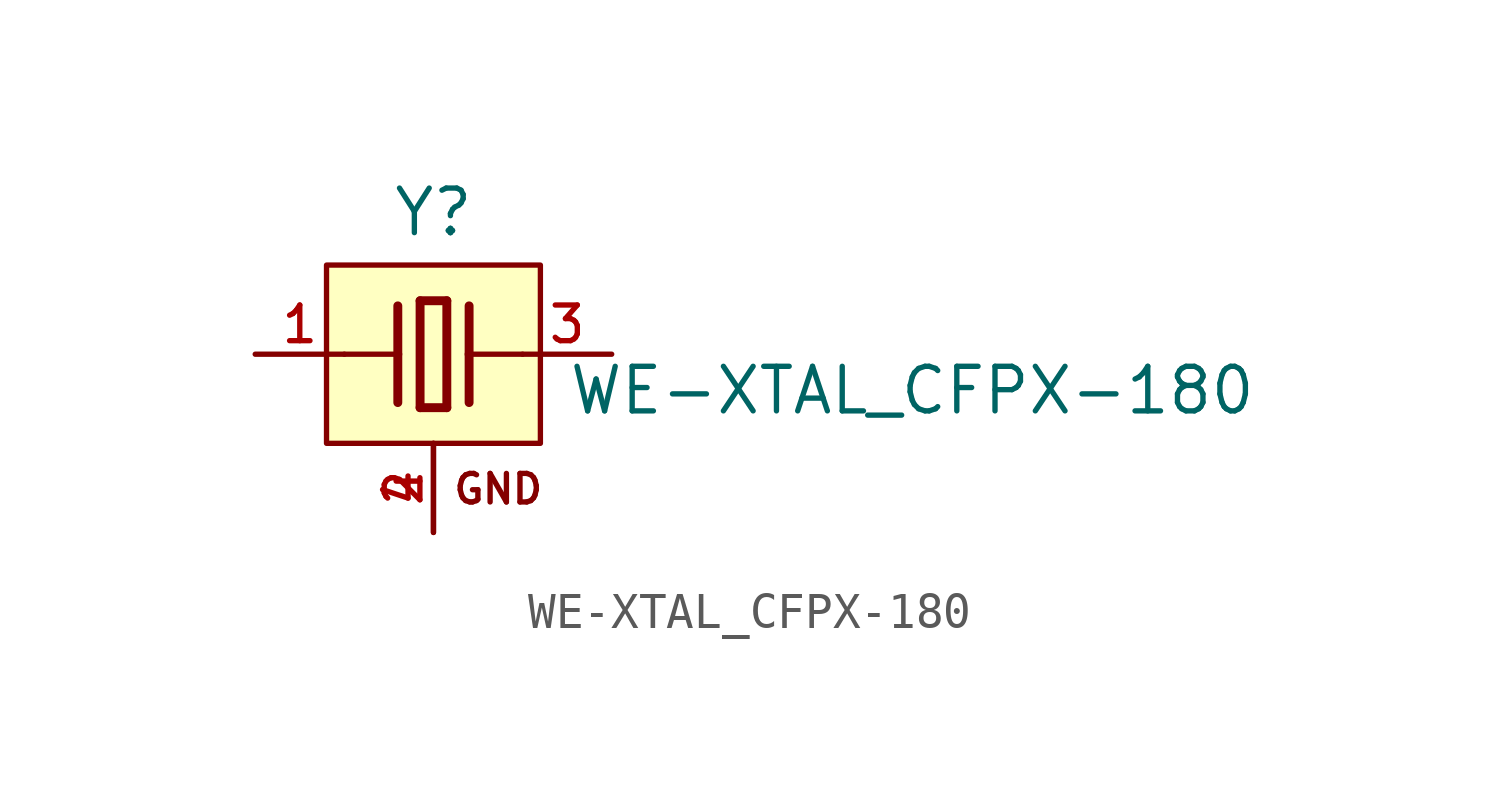
<source format=kicad_sym>
(kicad_symbol_lib
  (version 20211014)
  (generator kicad_symbol_editor)
  (symbol "WE-XTAL_CFPX-180"
    (pin_names
      (offset 1.016))
    (property "Reference" "Y"
      (at 0.0 3.302 0)
      (effects (font (size 1.27 1.27)) (justify bottom)))
    (property "Value" "WE-XTAL_CFPX-180"
      (at 3.81 -1.778 0)
      (effects (font (size 1.27 1.27)) (justify bottom left)))
    (symbol "WE-XTAL_CFPX-180_0_0"
      (polyline (pts (xy 1.016 0.0) (xy 2.54 0.0)) (stroke (width 0.152)))
      (polyline (pts (xy -2.54 0.0) (xy -1.016 0.0)) (stroke (width 0.152)))
      (polyline (pts (xy -0.381 1.524) (xy -0.381 -1.524)) (stroke (width 0.254)))
      (polyline (pts (xy -0.381 -1.524) (xy 0.381 -1.524)) (stroke (width 0.254)))
      (polyline (pts (xy 0.381 -1.524) (xy 0.381 1.524)) (stroke (width 0.254)))
      (polyline (pts (xy 0.381 1.524) (xy -0.381 1.524)) (stroke (width 0.254)))
      (polyline (pts (xy 1.016 1.378) (xy 1.016 0.0)) (stroke (width 0.254)))
      (polyline (pts (xy 1.016 0.0) (xy 1.016 -1.378)) (stroke (width 0.254)))
      (polyline (pts (xy -1.016 1.378) (xy -1.016 0.0)) (stroke (width 0.254)))
      (polyline (pts (xy -1.016 0.0) (xy -1.016 -1.378)) (stroke (width 0.254)))
      (text "GND" (at 0.508 -4.318 0) (effects (font (size 0.813 0.813)) (justify bottom left)))
      (rectangle (start -3.048 -2.54) (end 3.048 2.54) (stroke (width 0.152)) (fill (type background)))
      (pin passive line (at 5.08 0.0 180.0) (length 2.54) (name "~" (effects (font (size 1.016 1.016)))) (number "3" (effects (font (size 1.016 1.016)))))
      (pin passive line (at -5.08 0.0 0) (length 2.54) (name "~" (effects (font (size 1.016 1.016)))) (number "1" (effects (font (size 1.016 1.016)))))
      (pin passive line (at 0.0 -5.08 90.0) (length 2.54) (name "~" (effects (font (size 1.016 1.016)))) (number "2" (effects (font (size 1.016 1.016)))))
      (pin passive line (at 0.0 -5.08 90.0) (length 2.54) (name "~" (effects (font (size 1.016 1.016)))) (number "4" (effects (font (size 1.016 1.016))))))))
</source>
